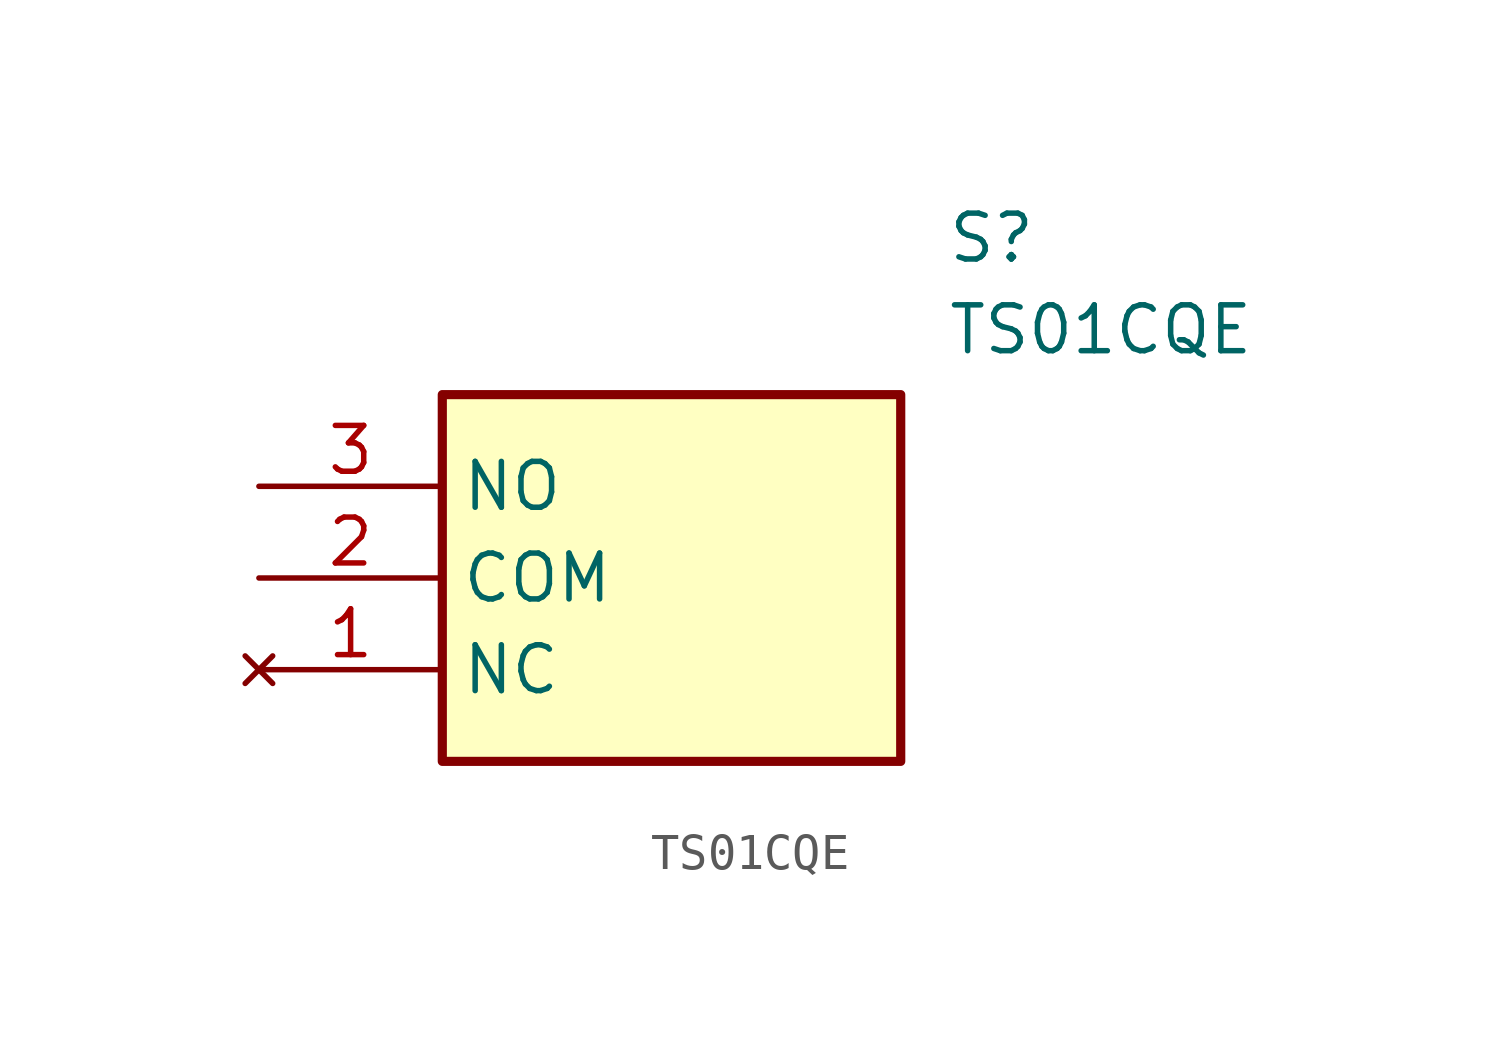
<source format=kicad_sym>
(kicad_symbol_lib
  (version 20211014)
  (generator SamacSys_ECAD_Model)
  (symbol "TS01CQE"
    (property "Reference" "S"
      (at 19.05 7.62 0)
      (effects (font (size 1.27 1.27)) (justify left top)))
    (property "Value" "TS01CQE"
      (at 19.05 5.08 0)
      (effects (font (size 1.27 1.27)) (justify left top)))
    (rectangle
      (start 5.08 2.54)
      (end 17.78 -7.62)
      (stroke (width 0.254) (type default))
      (fill (type background)))
    (pin no_connect line
      (at 0 -5.08 0)
      (length 5.08)
      (name "NC" (effects (font (size 1.27 1.27))))
      (number "1" (effects (font (size 1.27 1.27)))))
    (pin passive line
      (at 0 -2.54 0)
      (length 5.08)
      (name "COM" (effects (font (size 1.27 1.27))))
      (number "2" (effects (font (size 1.27 1.27)))))
    (pin passive line
      (at 0 0 0)
      (length 5.08)
      (name "NO" (effects (font (size 1.27 1.27))))
      (number "3" (effects (font (size 1.27 1.27)))))))
</source>
